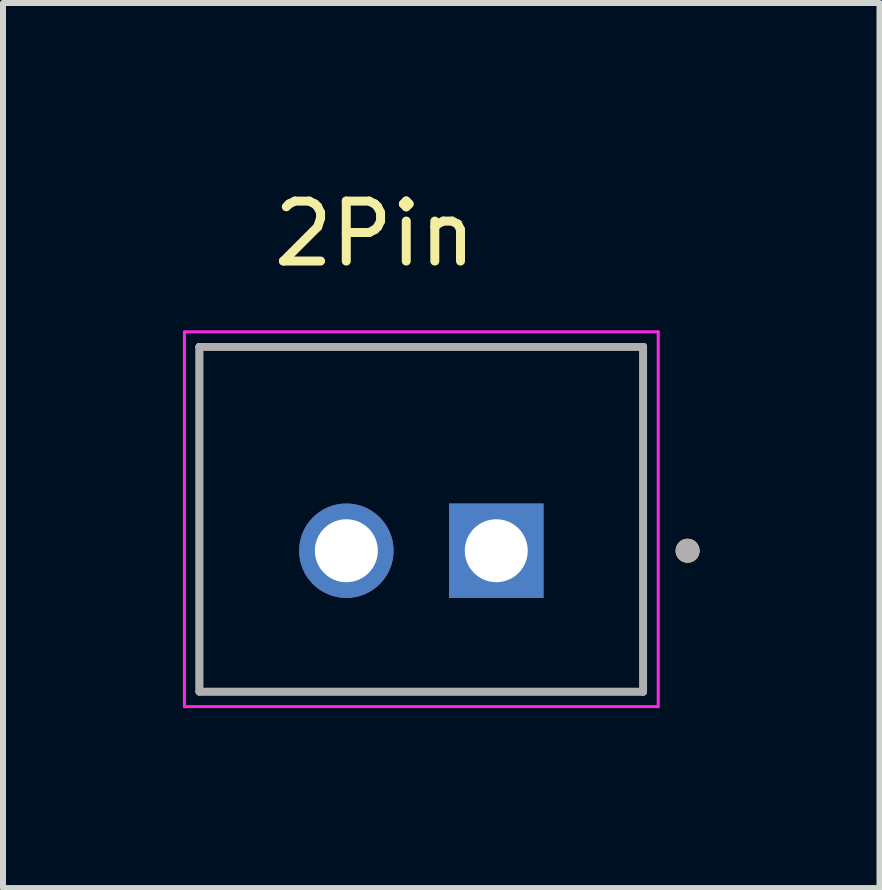
<source format=kicad_pcb>
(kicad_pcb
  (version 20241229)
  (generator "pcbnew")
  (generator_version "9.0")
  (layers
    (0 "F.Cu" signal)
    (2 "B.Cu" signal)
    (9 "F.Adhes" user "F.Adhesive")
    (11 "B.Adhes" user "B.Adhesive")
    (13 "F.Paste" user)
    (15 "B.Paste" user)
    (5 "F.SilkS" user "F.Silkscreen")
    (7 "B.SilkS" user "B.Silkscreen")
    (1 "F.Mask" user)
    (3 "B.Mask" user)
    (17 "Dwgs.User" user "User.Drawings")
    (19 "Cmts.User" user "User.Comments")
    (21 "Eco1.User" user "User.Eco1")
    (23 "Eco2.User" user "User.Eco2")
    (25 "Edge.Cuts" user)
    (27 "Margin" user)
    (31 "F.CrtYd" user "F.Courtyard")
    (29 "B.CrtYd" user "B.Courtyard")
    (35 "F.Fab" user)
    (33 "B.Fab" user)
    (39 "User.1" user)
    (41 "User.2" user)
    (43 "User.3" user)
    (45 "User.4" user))
  (footprint "2Pin"
    (layer "F.Cu")
    (at 3.975 5.608)
    (property "Reference" "2Pin" (at -0.775 -4.76 0) (layer "F.SilkS") (effects (font (size 1 1) (thickness 0.15))))
    (attr through_hole)
    (fp_line (start -3.7 -2.875) (end 3.7 -2.875) (stroke (width 0.127) (type solid)) (layer "F.SilkS"))
    (fp_line (start -3.7 2.875) (end -3.7 -2.875) (stroke (width 0.127) (type solid)) (layer "F.SilkS"))
    (fp_line (start 3.7 -2.875) (end 3.7 2.875) (stroke (width 0.127) (type solid)) (layer "F.SilkS"))
    (fp_line (start 3.7 2.875) (end -3.7 2.875) (stroke (width 0.127) (type solid)) (layer "F.SilkS"))
    (fp_circle (center 4.44 0.525) (end 4.54 0.525) (stroke (width 0.2) (type solid)) (fill no) (layer "F.SilkS"))
    (fp_line (start -3.95 -3.125) (end -3.95 3.125) (stroke (width 0.05) (type solid)) (layer "F.CrtYd"))
    (fp_line (start -3.95 3.125) (end 3.95 3.125) (stroke (width 0.05) (type solid)) (layer "F.CrtYd"))
    (fp_line (start 3.95 -3.125) (end -3.95 -3.125) (stroke (width 0.05) (type solid)) (layer "F.CrtYd"))
    (fp_line (start 3.95 3.125) (end 3.95 -3.125) (stroke (width 0.05) (type solid)) (layer "F.CrtYd"))
    (fp_line (start -3.7 -2.875) (end 3.7 -2.875) (stroke (width 0.127) (type solid)) (layer "F.Fab"))
    (fp_line (start -3.7 2.875) (end -3.7 -2.875) (stroke (width 0.127) (type solid)) (layer "F.Fab"))
    (fp_line (start 3.7 -2.875) (end 3.7 2.875) (stroke (width 0.127) (type solid)) (layer "F.Fab"))
    (fp_line (start 3.7 2.875) (end -3.7 2.875) (stroke (width 0.127) (type solid)) (layer "F.Fab"))
    (fp_circle (center 4.44 0.525) (end 4.54 0.525) (stroke (width 0.2) (type solid)) (fill no) (layer "F.Fab"))
    (pad "1" thru_hole rect (at 1.25 0.525) (size 1.575 1.575) (drill 1.05) (layers "*.Cu" "*.Mask"))
    (pad "2" thru_hole circle (at -1.25 0.525) (size 1.575 1.575) (drill 1.05) (layers "*.Cu" "*.Mask")))
  (gr_rect
    (start -3 -3)
    (end 11.615 11.758)
    (stroke (width 0.1) (type default))
    (fill no)
    (layer "Edge.Cuts")))
</source>
